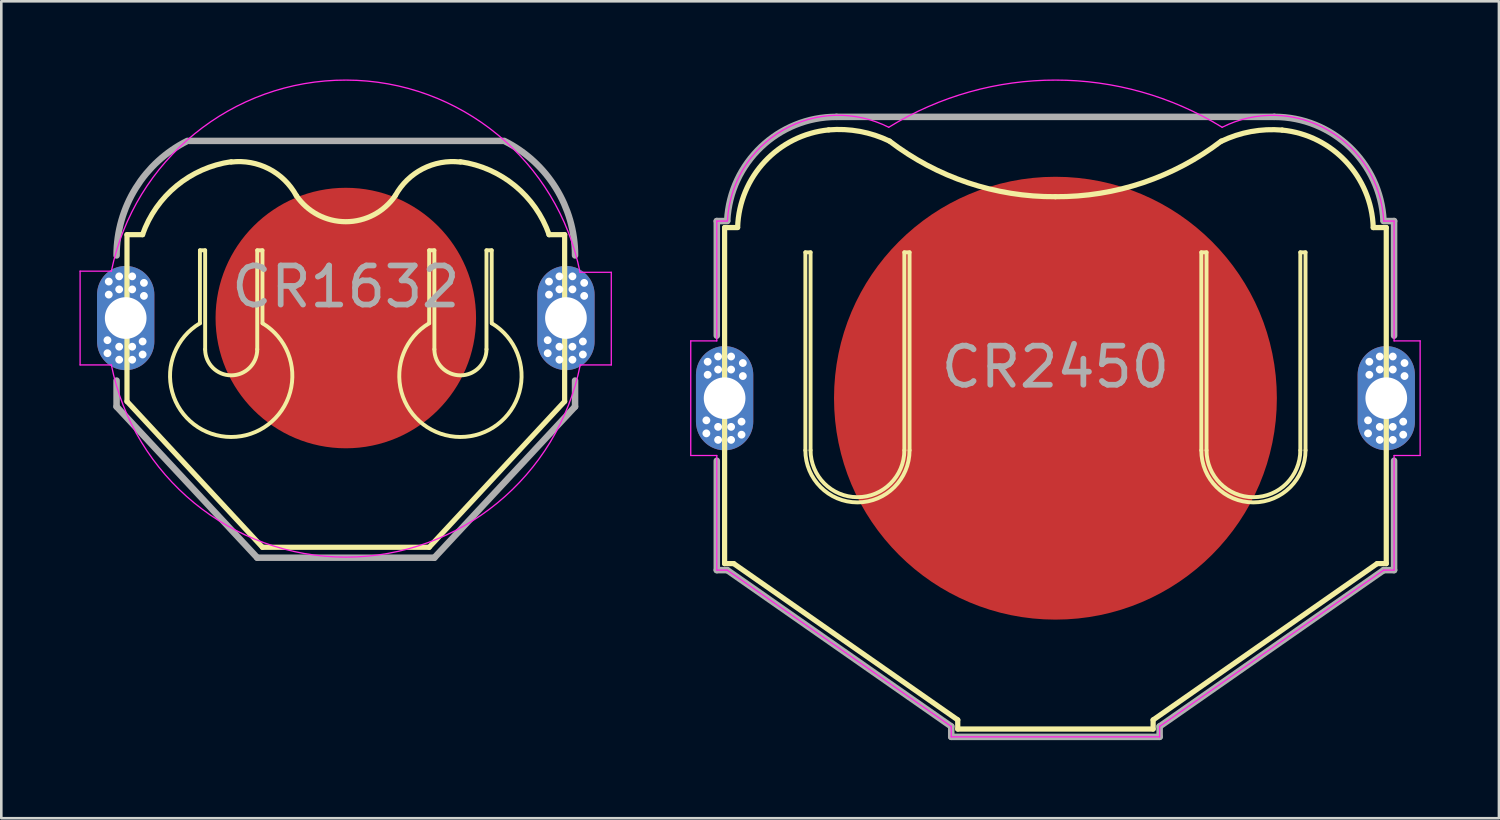
<source format=kicad_pcb>
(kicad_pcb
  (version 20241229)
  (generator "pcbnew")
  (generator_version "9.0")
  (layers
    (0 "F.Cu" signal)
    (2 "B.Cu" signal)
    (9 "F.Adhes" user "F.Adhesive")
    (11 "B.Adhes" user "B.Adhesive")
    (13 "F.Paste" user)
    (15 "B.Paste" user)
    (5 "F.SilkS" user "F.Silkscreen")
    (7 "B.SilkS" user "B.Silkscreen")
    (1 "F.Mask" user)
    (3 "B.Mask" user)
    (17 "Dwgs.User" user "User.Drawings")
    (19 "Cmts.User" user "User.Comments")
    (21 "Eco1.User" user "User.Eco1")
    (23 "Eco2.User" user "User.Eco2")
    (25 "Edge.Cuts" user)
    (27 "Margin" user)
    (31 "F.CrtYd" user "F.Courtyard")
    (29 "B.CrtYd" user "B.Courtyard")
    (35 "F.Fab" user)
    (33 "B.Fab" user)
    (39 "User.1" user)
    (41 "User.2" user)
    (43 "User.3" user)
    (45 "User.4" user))
  (footprint "CR1632"
    (layer "F.Cu")
    (at 10.225 9.159)
    (property "Reference" "CR1632" (at 0 -1.2 0) (layer "F.Fab") (effects (font (size 1.5 1.5) (thickness 0.22))))
    (attr through_hole)
    (fp_line (start -8.4 -3.2) (end -7.8 -3.2) (stroke (width 0.2) (type solid)) (layer "F.SilkS"))
    (fp_line (start -8.4 3.2) (end -8.4 -3.2) (stroke (width 0.2) (type solid)) (layer "F.SilkS"))
    (fp_line (start -8.4 3.2) (end -3.2 8.8) (stroke (width 0.2) (type solid)) (layer "F.SilkS"))
    (fp_line (start -5.6 -2.6) (end -5.4 -2.6) (stroke (width 0.15) (type solid)) (layer "F.SilkS"))
    (fp_line (start -5.6 0.2) (end -5.6 -2.6) (stroke (width 0.15) (type solid)) (layer "F.SilkS"))
    (fp_line (start -5.4 -2.6) (end -5.4 1.2) (stroke (width 0.15) (type solid)) (layer "F.SilkS"))
    (fp_line (start -3.4 -2.6) (end -3.4 1.2) (stroke (width 0.15) (type solid)) (layer "F.SilkS"))
    (fp_line (start -3.2 -2.6) (end -3.4 -2.6) (stroke (width 0.15) (type solid)) (layer "F.SilkS"))
    (fp_line (start -3.2 0.2) (end -3.2 -2.6) (stroke (width 0.15) (type solid)) (layer "F.SilkS"))
    (fp_line (start 3.2 -2.6) (end 3.4 -2.6) (stroke (width 0.15) (type solid)) (layer "F.SilkS"))
    (fp_line (start 3.2 0.2) (end 3.2 -2.6) (stroke (width 0.15) (type solid)) (layer "F.SilkS"))
    (fp_line (start 3.2 8.8) (end -3.2 8.8) (stroke (width 0.2) (type solid)) (layer "F.SilkS"))
    (fp_line (start 3.4 -2.6) (end 3.4 1.2) (stroke (width 0.15) (type solid)) (layer "F.SilkS"))
    (fp_line (start 5.4 -2.6) (end 5.4 1.2) (stroke (width 0.15) (type solid)) (layer "F.SilkS"))
    (fp_line (start 5.6 -2.6) (end 5.4 -2.6) (stroke (width 0.15) (type solid)) (layer "F.SilkS"))
    (fp_line (start 5.6 0.2) (end 5.6 -2.6) (stroke (width 0.15) (type solid)) (layer "F.SilkS"))
    (fp_line (start 7.8 -3.2) (end 8.4 -3.2) (stroke (width 0.2) (type solid)) (layer "F.SilkS"))
    (fp_line (start 8.4 3.2) (end 3.2 8.8) (stroke (width 0.2) (type solid)) (layer "F.SilkS"))
    (fp_line (start 8.4 3.2) (end 8.4 -3.2) (stroke (width 0.2) (type solid)) (layer "F.SilkS"))
    (fp_arc (start -7.804452 -3.201558) (mid -6.49408 -5.077489) (end -4.4 -6) (stroke (width 0.2) (type solid)) (layer "F.SilkS"))
    (fp_arc (start -4.397174 -5.98831) (mid -2.951034 -5.727078) (end -1.9 -4.7) (stroke (width 0.2) (type solid)) (layer "F.SilkS"))
    (fp_arc (start -3.4 1.2) (mid -4.4 2.2) (end -5.4 1.2) (stroke (width 0.15) (type solid)) (layer "F.SilkS"))
    (fp_arc (start -3.192177 0.204672) (mid -4.404556 4.565672) (end -5.6 0.2) (stroke (width 0.15) (type solid)) (layer "F.SilkS"))
    (fp_arc (start 1.899108 -4.698697) (mid -0.00079 -3.697827) (end -1.9 -4.7) (stroke (width 0.2) (type solid)) (layer "F.SilkS"))
    (fp_arc (start 1.9 -4.7) (mid 2.951034 -5.727078) (end 4.397174 -5.98831) (stroke (width 0.2) (type solid)) (layer "F.SilkS"))
    (fp_arc (start 4.4 -6) (mid 6.494655 -5.077016) (end 7.804944 -3.200151) (stroke (width 0.2) (type solid)) (layer "F.SilkS"))
    (fp_arc (start 5.4 1.2) (mid 4.4 2.2) (end 3.4 1.2) (stroke (width 0.15) (type solid)) (layer "F.SilkS"))
    (fp_arc (start 5.607823 0.204672) (mid 4.395444 4.565672) (end 3.2 0.2) (stroke (width 0.15) (type solid)) (layer "F.SilkS"))
    (fp_line (start -10.2 -1.8) (end -10.2 1.8) (stroke (width 0.05) (type solid)) (layer "F.CrtYd"))
    (fp_line (start -9 -1.8) (end -10.2 -1.8) (stroke (width 0.05) (type solid)) (layer "F.CrtYd"))
    (fp_line (start -9 1.8) (end -10.2 1.8) (stroke (width 0.05) (type solid)) (layer "F.CrtYd"))
    (fp_line (start 10.191 -1.756) (end 8.991 -1.756) (stroke (width 0.05) (type solid)) (layer "F.CrtYd"))
    (fp_line (start 10.191 -1.756) (end 10.191 1.8) (stroke (width 0.05) (type solid)) (layer "F.CrtYd"))
    (fp_line (start 10.191 1.8) (end 9 1.8) (stroke (width 0.05) (type solid)) (layer "F.CrtYd"))
    (fp_arc (start -9 -1.8) (mid 0.013528 -9.134224) (end 8.991089 -1.756017) (stroke (width 0.05) (type solid)) (layer "F.CrtYd"))
    (fp_arc (start 8.999999 1.8) (mid 0 9.178234) (end -8.999999 1.799999) (stroke (width 0.05) (type solid)) (layer "F.CrtYd"))
    (fp_line (start -8.8 2.4) (end -8.8 3.4) (stroke (width 0.25) (type solid)) (layer "F.Fab"))
    (fp_line (start -8.8 3.4) (end -3.4 9.2) (stroke (width 0.25) (type solid)) (layer "F.Fab"))
    (fp_line (start -6 -6.8) (end 6 -6.8) (stroke (width 0.25) (type solid)) (layer "F.Fab"))
    (fp_line (start -3.4 9.2) (end 3.4 9.2) (stroke (width 0.25) (type solid)) (layer "F.Fab"))
    (fp_line (start 8.8 2.4) (end 8.8 3.4) (stroke (width 0.25) (type solid)) (layer "F.Fab"))
    (fp_line (start 8.8 3.4) (end 3.4 9.2) (stroke (width 0.25) (type solid)) (layer "F.Fab"))
    (fp_arc (start -8.799999 -2.403001) (mid -8.06451 -4.987531) (end -6.080651 -6.799999) (stroke (width 0.25) (type solid)) (layer "F.Fab"))
    (fp_arc (start 6.080652 -6.8) (mid 8.064511 -4.987532) (end 8.8 -2.403002) (stroke (width 0.25) (type solid)) (layer "F.Fab"))
    (pad "1" thru_hole circle (at -9.15 0.85 180) (size 0.5 0.5) (drill 0.3) (layers "*.Cu" "*.Mask"))
    (pad "1" thru_hole circle (at -9.15 1.35 180) (size 0.5 0.5) (drill 0.3) (layers "*.Cu" "*.Mask"))
    (pad "1" thru_hole circle (at -9.1 -1.4 180) (size 0.5 0.5) (drill 0.3) (layers "*.Cu" "*.Mask"))
    (pad "1" thru_hole circle (at -9.1 -0.9 180) (size 0.5 0.5) (drill 0.3) (layers "*.Cu" "*.Mask"))
    (pad "1" thru_hole circle (at -8.7 -1.6 180) (size 0.5 0.5) (drill 0.3) (layers "*.Cu" "*.Mask"))
    (pad "1" thru_hole circle (at -8.7 -1.1 180) (size 0.5 0.5) (drill 0.3) (layers "*.Cu" "*.Mask"))
    (pad "1" thru_hole circle (at -8.7 1.1 180) (size 0.5 0.5) (drill 0.3) (layers "*.Cu" "*.Mask"))
    (pad "1" thru_hole circle (at -8.7 1.6 180) (size 0.5 0.5) (drill 0.3) (layers "*.Cu" "*.Mask"))
    (pad "1" thru_hole oval (at -8.45 0) (size 2.2 4) (drill 1.6) (layers "*.Cu" "*.Mask"))
    (pad "1" thru_hole circle (at -8.2 -1.6) (size 0.5 0.5) (drill 0.3) (layers "*.Cu" "*.Mask"))
    (pad "1" thru_hole circle (at -8.2 -1.1) (size 0.5 0.5) (drill 0.3) (layers "*.Cu" "*.Mask"))
    (pad "1" thru_hole circle (at -8.2 1.1) (size 0.5 0.5) (drill 0.3) (layers "*.Cu" "*.Mask"))
    (pad "1" thru_hole circle (at -8.2 1.6) (size 0.5 0.5) (drill 0.3) (layers "*.Cu" "*.Mask"))
    (pad "1" thru_hole circle (at -7.8 0.9) (size 0.5 0.5) (drill 0.3) (layers "*.Cu" "*.Mask"))
    (pad "1" thru_hole circle (at -7.8 1.4) (size 0.5 0.5) (drill 0.3) (layers "*.Cu" "*.Mask"))
    (pad "1" thru_hole circle (at -7.75 -1.35) (size 0.5 0.5) (drill 0.3) (layers "*.Cu" "*.Mask"))
    (pad "1" thru_hole circle (at -7.75 -0.85) (size 0.5 0.5) (drill 0.3) (layers "*.Cu" "*.Mask"))
    (pad "1" thru_hole circle (at 7.75 0.85 180) (size 0.5 0.5) (drill 0.3) (layers "*.Cu" "*.Mask"))
    (pad "1" thru_hole circle (at 7.75 1.35 180) (size 0.5 0.5) (drill 0.3) (layers "*.Cu" "*.Mask"))
    (pad "1" thru_hole circle (at 7.8 -1.4 180) (size 0.5 0.5) (drill 0.3) (layers "*.Cu" "*.Mask"))
    (pad "1" thru_hole circle (at 7.8 -0.9 180) (size 0.5 0.5) (drill 0.3) (layers "*.Cu" "*.Mask"))
    (pad "1" thru_hole circle (at 8.2 -1.6 180) (size 0.5 0.5) (drill 0.3) (layers "*.Cu" "*.Mask"))
    (pad "1" thru_hole circle (at 8.2 -1.1 180) (size 0.5 0.5) (drill 0.3) (layers "*.Cu" "*.Mask"))
    (pad "1" thru_hole circle (at 8.2 1.1 180) (size 0.5 0.5) (drill 0.3) (layers "*.Cu" "*.Mask"))
    (pad "1" thru_hole circle (at 8.2 1.6 180) (size 0.5 0.5) (drill 0.3) (layers "*.Cu" "*.Mask"))
    (pad "1" thru_hole oval (at 8.45 0) (size 2.2 4) (drill 1.6) (layers "*.Cu" "*.Mask"))
    (pad "1" thru_hole circle (at 8.7 -1.6) (size 0.5 0.5) (drill 0.3) (layers "*.Cu" "*.Mask"))
    (pad "1" thru_hole circle (at 8.7 -1.1) (size 0.5 0.5) (drill 0.3) (layers "*.Cu" "*.Mask"))
    (pad "1" thru_hole circle (at 8.7 1.1) (size 0.5 0.5) (drill 0.3) (layers "*.Cu" "*.Mask"))
    (pad "1" thru_hole circle (at 8.7 1.6) (size 0.5 0.5) (drill 0.3) (layers "*.Cu" "*.Mask"))
    (pad "1" thru_hole circle (at 9.1 0.9) (size 0.5 0.5) (drill 0.3) (layers "*.Cu" "*.Mask"))
    (pad "1" thru_hole circle (at 9.1 1.4) (size 0.5 0.5) (drill 0.3) (layers "*.Cu" "*.Mask"))
    (pad "1" thru_hole circle (at 9.15 -1.35) (size 0.5 0.5) (drill 0.3) (layers "*.Cu" "*.Mask"))
    (pad "1" thru_hole circle (at 9.15 -0.85) (size 0.5 0.5) (drill 0.3) (layers "*.Cu" "*.Mask"))
    (pad "2" smd circle (at 0 0) (size 10 10) (layers "F.Cu" "F.Mask" "F.Paste")))
  (footprint "CR2450"
    (layer "F.Cu")
    (at 37.466 12.236)
    (property "Reference" "CR2450" (at 0 -1.2 0) (layer "F.Fab") (effects (font (size 1.5 1.5) (thickness 0.22))))
    (attr through_hole)
    (fp_line (start -12.7 -6.55) (end -12.2 -6.55) (stroke (width 0.2) (type solid)) (layer "F.SilkS"))
    (fp_line (start -12.7 6.35) (end -12.7 -6.55) (stroke (width 0.2) (type solid)) (layer "F.SilkS"))
    (fp_line (start -12.7 6.35) (end -12.35 6.35) (stroke (width 0.2) (type solid)) (layer "F.SilkS"))
    (fp_line (start -12.35 6.35) (end -3.75 12.35) (stroke (width 0.2) (type solid)) (layer "F.SilkS"))
    (fp_line (start -9.6 -5.6) (end -9.4 -5.6) (stroke (width 0.15) (type solid)) (layer "F.SilkS"))
    (fp_line (start -9.6 2) (end -9.6 -5.6) (stroke (width 0.15) (type solid)) (layer "F.SilkS"))
    (fp_line (start -9.4 -5.6) (end -9.4 2) (stroke (width 0.15) (type solid)) (layer "F.SilkS"))
    (fp_line (start -5.8 -5.6) (end -5.8 2) (stroke (width 0.15) (type solid)) (layer "F.SilkS"))
    (fp_line (start -5.6 -5.6) (end -5.8 -5.6) (stroke (width 0.15) (type solid)) (layer "F.SilkS"))
    (fp_line (start -5.6 -5.6) (end -5.6 2) (stroke (width 0.15) (type solid)) (layer "F.SilkS"))
    (fp_line (start -3.75 12.7) (end -3.75 12.35) (stroke (width 0.2) (type solid)) (layer "F.SilkS"))
    (fp_line (start 3.75 12.35) (end 12.35 6.35) (stroke (width 0.2) (type solid)) (layer "F.SilkS"))
    (fp_line (start 3.75 12.7) (end -3.75 12.7) (stroke (width 0.2) (type solid)) (layer "F.SilkS"))
    (fp_line (start 3.75 12.7) (end 3.75 12.35) (stroke (width 0.2) (type solid)) (layer "F.SilkS"))
    (fp_line (start 5.6 -5.6) (end 5.8 -5.6) (stroke (width 0.15) (type solid)) (layer "F.SilkS"))
    (fp_line (start 5.6 2) (end 5.6 -5.6) (stroke (width 0.15) (type solid)) (layer "F.SilkS"))
    (fp_line (start 5.8 -5.6) (end 5.8 2) (stroke (width 0.15) (type solid)) (layer "F.SilkS"))
    (fp_line (start 9.4 -5.6) (end 9.4 2) (stroke (width 0.15) (type solid)) (layer "F.SilkS"))
    (fp_line (start 9.6 -5.6) (end 9.4 -5.6) (stroke (width 0.15) (type solid)) (layer "F.SilkS"))
    (fp_line (start 9.6 -5.6) (end 9.6 2) (stroke (width 0.15) (type solid)) (layer "F.SilkS"))
    (fp_line (start 12.2 -6.55) (end 12.7 -6.55) (stroke (width 0.2) (type solid)) (layer "F.SilkS"))
    (fp_line (start 12.35 6.35) (end 12.7 6.35) (stroke (width 0.2) (type solid)) (layer "F.SilkS"))
    (fp_line (start 12.7 6.35) (end 12.7 -6.55) (stroke (width 0.2) (type solid)) (layer "F.SilkS"))
    (fp_arc (start -12.2 -6.557761) (mid -11.155976 -9.087045) (end -8.703221 -10.3) (stroke (width 0.2) (type solid)) (layer "F.SilkS"))
    (fp_arc (start -8.703221 -10.3) (mid -7.507342 -10.241736) (end -6.369422 -9.869366) (stroke (width 0.2) (type solid)) (layer "F.SilkS"))
    (fp_arc (start -5.8 2) (mid -7.6 3.8) (end -9.4 2) (stroke (width 0.15) (type solid)) (layer "F.SilkS"))
    (fp_arc (start -5.6 2) (mid -7.6 4) (end -9.6 2) (stroke (width 0.15) (type solid)) (layer "F.SilkS"))
    (fp_arc (start 0.000099 -7.735228) (mid -3.362347 -8.27198) (end -6.369422 -9.869366) (stroke (width 0.2) (type solid)) (layer "F.SilkS"))
    (fp_arc (start 6.366418 -9.861862) (mid 7.50582 -10.234505) (end 8.703221 -10.292239) (stroke (width 0.2) (type solid)) (layer "F.SilkS"))
    (fp_arc (start 6.366736 -9.869385) (mid 3.361028 -8.272457) (end 0.000099 -7.735228) (stroke (width 0.2) (type solid)) (layer "F.SilkS"))
    (fp_arc (start 8.703221 -10.292239) (mid 11.155663 -9.079618) (end 12.199971 -6.550914) (stroke (width 0.2) (type solid)) (layer "F.SilkS"))
    (fp_arc (start 9.4 2) (mid 7.6 3.8) (end 5.8 2) (stroke (width 0.15) (type solid)) (layer "F.SilkS"))
    (fp_arc (start 9.6 2) (mid 7.6 4) (end 5.6 2) (stroke (width 0.15) (type solid)) (layer "F.SilkS"))
    (fp_line (start -14 -2.2) (end -14 2.2) (stroke (width 0.05) (type solid)) (layer "F.CrtYd"))
    (fp_line (start -13 -6.8) (end -13 -2.2) (stroke (width 0.05) (type solid)) (layer "F.CrtYd"))
    (fp_line (start -13 -2.2) (end -14 -2.2) (stroke (width 0.05) (type solid)) (layer "F.CrtYd"))
    (fp_line (start -13 2.2) (end -14 2.2) (stroke (width 0.05) (type solid)) (layer "F.CrtYd"))
    (fp_line (start -13 2.2) (end -13 6.6) (stroke (width 0.05) (type solid)) (layer "F.CrtYd"))
    (fp_line (start -13 6.6) (end -12.6 6.6) (stroke (width 0.05) (type solid)) (layer "F.CrtYd"))
    (fp_line (start -12.6 -6.8) (end -13 -6.8) (stroke (width 0.05) (type solid)) (layer "F.CrtYd"))
    (fp_line (start -4 12.6) (end -12.6 6.6) (stroke (width 0.05) (type solid)) (layer "F.CrtYd"))
    (fp_line (start -4 13) (end -4 12.6) (stroke (width 0.05) (type solid)) (layer "F.CrtYd"))
    (fp_line (start 4 12.6) (end 12.6 6.6) (stroke (width 0.05) (type solid)) (layer "F.CrtYd"))
    (fp_line (start 4 13) (end -4 13) (stroke (width 0.05) (type solid)) (layer "F.CrtYd"))
    (fp_line (start 4 13) (end 4 12.6) (stroke (width 0.05) (type solid)) (layer "F.CrtYd"))
    (fp_line (start 12.6 6.6) (end 13 6.6) (stroke (width 0.05) (type solid)) (layer "F.CrtYd"))
    (fp_line (start 13 -6.8) (end 12.6 -6.8) (stroke (width 0.05) (type solid)) (layer "F.CrtYd"))
    (fp_line (start 13 -6.8) (end 13 -2.2) (stroke (width 0.05) (type solid)) (layer "F.CrtYd"))
    (fp_line (start 13 -2.2) (end 14 -2.2) (stroke (width 0.05) (type solid)) (layer "F.CrtYd"))
    (fp_line (start 13 2.2) (end 13 6.6) (stroke (width 0.05) (type solid)) (layer "F.CrtYd"))
    (fp_line (start 13 2.2) (end 14 2.2) (stroke (width 0.05) (type solid)) (layer "F.CrtYd"))
    (fp_line (start 14 2.2) (end 14 -2.2) (stroke (width 0.05) (type solid)) (layer "F.CrtYd"))
    (fp_arc (start -12.590637 -6.813121) (mid -10.468636 -10.286422) (end -6.4 -10.4) (stroke (width 0.05) (type solid)) (layer "F.CrtYd"))
    (fp_arc (start -6.397276 -10.401674) (mid 0.001598 -12.211468) (end 6.399999 -10.399999) (stroke (width 0.05) (type solid)) (layer "F.CrtYd"))
    (fp_arc (start 6.4 -10.4) (mid 10.47748 -10.281855) (end 12.602929 -6.80015) (stroke (width 0.05) (type solid)) (layer "F.CrtYd"))
    (fp_line (start -13 -2.4) (end -13 -6.8) (stroke (width 0.25) (type solid)) (layer "F.Fab"))
    (fp_line (start -13 6.6) (end -13 2.4) (stroke (width 0.25) (type solid)) (layer "F.Fab"))
    (fp_line (start -13 6.6) (end -12.6 6.6) (stroke (width 0.25) (type solid)) (layer "F.Fab"))
    (fp_line (start -12.6 -6.8) (end -13 -6.8) (stroke (width 0.25) (type solid)) (layer "F.Fab"))
    (fp_line (start -8.4 -10.8) (end 8.4 -10.8) (stroke (width 0.25) (type solid)) (layer "F.Fab"))
    (fp_line (start -4 12.6) (end -12.6 6.6) (stroke (width 0.25) (type solid)) (layer "F.Fab"))
    (fp_line (start -4 13) (end -4 12.6) (stroke (width 0.25) (type solid)) (layer "F.Fab"))
    (fp_line (start -4 13) (end 4 13) (stroke (width 0.25) (type solid)) (layer "F.Fab"))
    (fp_line (start 4 12.6) (end 12.6 6.6) (stroke (width 0.25) (type solid)) (layer "F.Fab"))
    (fp_line (start 4 13) (end 4 12.6) (stroke (width 0.25) (type solid)) (layer "F.Fab"))
    (fp_line (start 12.6 6.6) (end 13 6.6) (stroke (width 0.25) (type solid)) (layer "F.Fab"))
    (fp_line (start 13 -6.8) (end 12.6 -6.8) (stroke (width 0.25) (type solid)) (layer "F.Fab"))
    (fp_line (start 13 -2.4) (end 13 -6.8) (stroke (width 0.25) (type solid)) (layer "F.Fab"))
    (fp_line (start 13 6.6) (end 13 2.4) (stroke (width 0.25) (type solid)) (layer "F.Fab"))
    (fp_arc (start -12.599861 -6.81249) (mid -11.298987 -9.644048) (end -8.40524 -10.8) (stroke (width 0.25) (type solid)) (layer "F.Fab"))
    (fp_arc (start 8.4 -10.8) (mid 11.293747 -9.644048) (end 12.594621 -6.81249) (stroke (width 0.25) (type solid)) (layer "F.Fab"))
    (pad "1" thru_hole circle (at -13.4 0.85 180) (size 0.5 0.5) (drill 0.3) (layers "*.Cu" "*.Mask"))
    (pad "1" thru_hole circle (at -13.4 1.35 180) (size 0.5 0.5) (drill 0.3) (layers "*.Cu" "*.Mask"))
    (pad "1" thru_hole circle (at -13.35 -1.4 180) (size 0.5 0.5) (drill 0.3) (layers "*.Cu" "*.Mask"))
    (pad "1" thru_hole circle (at -13.35 -0.9 180) (size 0.5 0.5) (drill 0.3) (layers "*.Cu" "*.Mask"))
    (pad "1" thru_hole circle (at -12.95 -1.6 180) (size 0.5 0.5) (drill 0.3) (layers "*.Cu" "*.Mask"))
    (pad "1" thru_hole circle (at -12.95 -1.1 180) (size 0.5 0.5) (drill 0.3) (layers "*.Cu" "*.Mask"))
    (pad "1" thru_hole circle (at -12.95 1.1 180) (size 0.5 0.5) (drill 0.3) (layers "*.Cu" "*.Mask"))
    (pad "1" thru_hole circle (at -12.95 1.6 180) (size 0.5 0.5) (drill 0.3) (layers "*.Cu" "*.Mask"))
    (pad "1" thru_hole oval (at -12.7 0) (size 2.2 4) (drill 1.6) (layers "*.Cu" "*.Mask"))
    (pad "1" thru_hole circle (at -12.45 -1.6) (size 0.5 0.5) (drill 0.3) (layers "*.Cu" "*.Mask"))
    (pad "1" thru_hole circle (at -12.45 -1.1) (size 0.5 0.5) (drill 0.3) (layers "*.Cu" "*.Mask"))
    (pad "1" thru_hole circle (at -12.45 1.1) (size 0.5 0.5) (drill 0.3) (layers "*.Cu" "*.Mask"))
    (pad "1" thru_hole circle (at -12.45 1.6) (size 0.5 0.5) (drill 0.3) (layers "*.Cu" "*.Mask"))
    (pad "1" thru_hole circle (at -12.05 0.9) (size 0.5 0.5) (drill 0.3) (layers "*.Cu" "*.Mask"))
    (pad "1" thru_hole circle (at -12.05 1.4) (size 0.5 0.5) (drill 0.3) (layers "*.Cu" "*.Mask"))
    (pad "1" thru_hole circle (at -12 -1.35) (size 0.5 0.5) (drill 0.3) (layers "*.Cu" "*.Mask"))
    (pad "1" thru_hole circle (at -12 -0.85) (size 0.5 0.5) (drill 0.3) (layers "*.Cu" "*.Mask"))
    (pad "1" thru_hole circle (at 12 0.85 180) (size 0.5 0.5) (drill 0.3) (layers "*.Cu" "*.Mask"))
    (pad "1" thru_hole circle (at 12 1.35 180) (size 0.5 0.5) (drill 0.3) (layers "*.Cu" "*.Mask"))
    (pad "1" thru_hole circle (at 12.05 -1.4 180) (size 0.5 0.5) (drill 0.3) (layers "*.Cu" "*.Mask"))
    (pad "1" thru_hole circle (at 12.05 -0.9 180) (size 0.5 0.5) (drill 0.3) (layers "*.Cu" "*.Mask"))
    (pad "1" thru_hole circle (at 12.45 -1.6 180) (size 0.5 0.5) (drill 0.3) (layers "*.Cu" "*.Mask"))
    (pad "1" thru_hole circle (at 12.45 -1.1 180) (size 0.5 0.5) (drill 0.3) (layers "*.Cu" "*.Mask"))
    (pad "1" thru_hole circle (at 12.45 1.1 180) (size 0.5 0.5) (drill 0.3) (layers "*.Cu" "*.Mask"))
    (pad "1" thru_hole circle (at 12.45 1.6 180) (size 0.5 0.5) (drill 0.3) (layers "*.Cu" "*.Mask"))
    (pad "1" thru_hole oval (at 12.7 0) (size 2.2 4) (drill 1.6) (layers "*.Cu" "*.Mask"))
    (pad "1" thru_hole circle (at 12.95 -1.6) (size 0.5 0.5) (drill 0.3) (layers "*.Cu" "*.Mask"))
    (pad "1" thru_hole circle (at 12.95 -1.1) (size 0.5 0.5) (drill 0.3) (layers "*.Cu" "*.Mask"))
    (pad "1" thru_hole circle (at 12.95 1.1) (size 0.5 0.5) (drill 0.3) (layers "*.Cu" "*.Mask"))
    (pad "1" thru_hole circle (at 12.95 1.6) (size 0.5 0.5) (drill 0.3) (layers "*.Cu" "*.Mask"))
    (pad "1" thru_hole circle (at 13.35 0.9) (size 0.5 0.5) (drill 0.3) (layers "*.Cu" "*.Mask"))
    (pad "1" thru_hole circle (at 13.35 1.4) (size 0.5 0.5) (drill 0.3) (layers "*.Cu" "*.Mask"))
    (pad "1" thru_hole circle (at 13.4 -1.35) (size 0.5 0.5) (drill 0.3) (layers "*.Cu" "*.Mask"))
    (pad "1" thru_hole circle (at 13.4 -0.85) (size 0.5 0.5) (drill 0.3) (layers "*.Cu" "*.Mask"))
    (pad "2" smd circle (at 0 0) (size 17 17) (layers "F.Cu" "F.Mask" "F.Paste")))
  (gr_rect
    (start -3 -3)
    (end 54.491 28.361)
    (stroke (width 0.1) (type default))
    (fill no)
    (layer "Edge.Cuts")))
</source>
